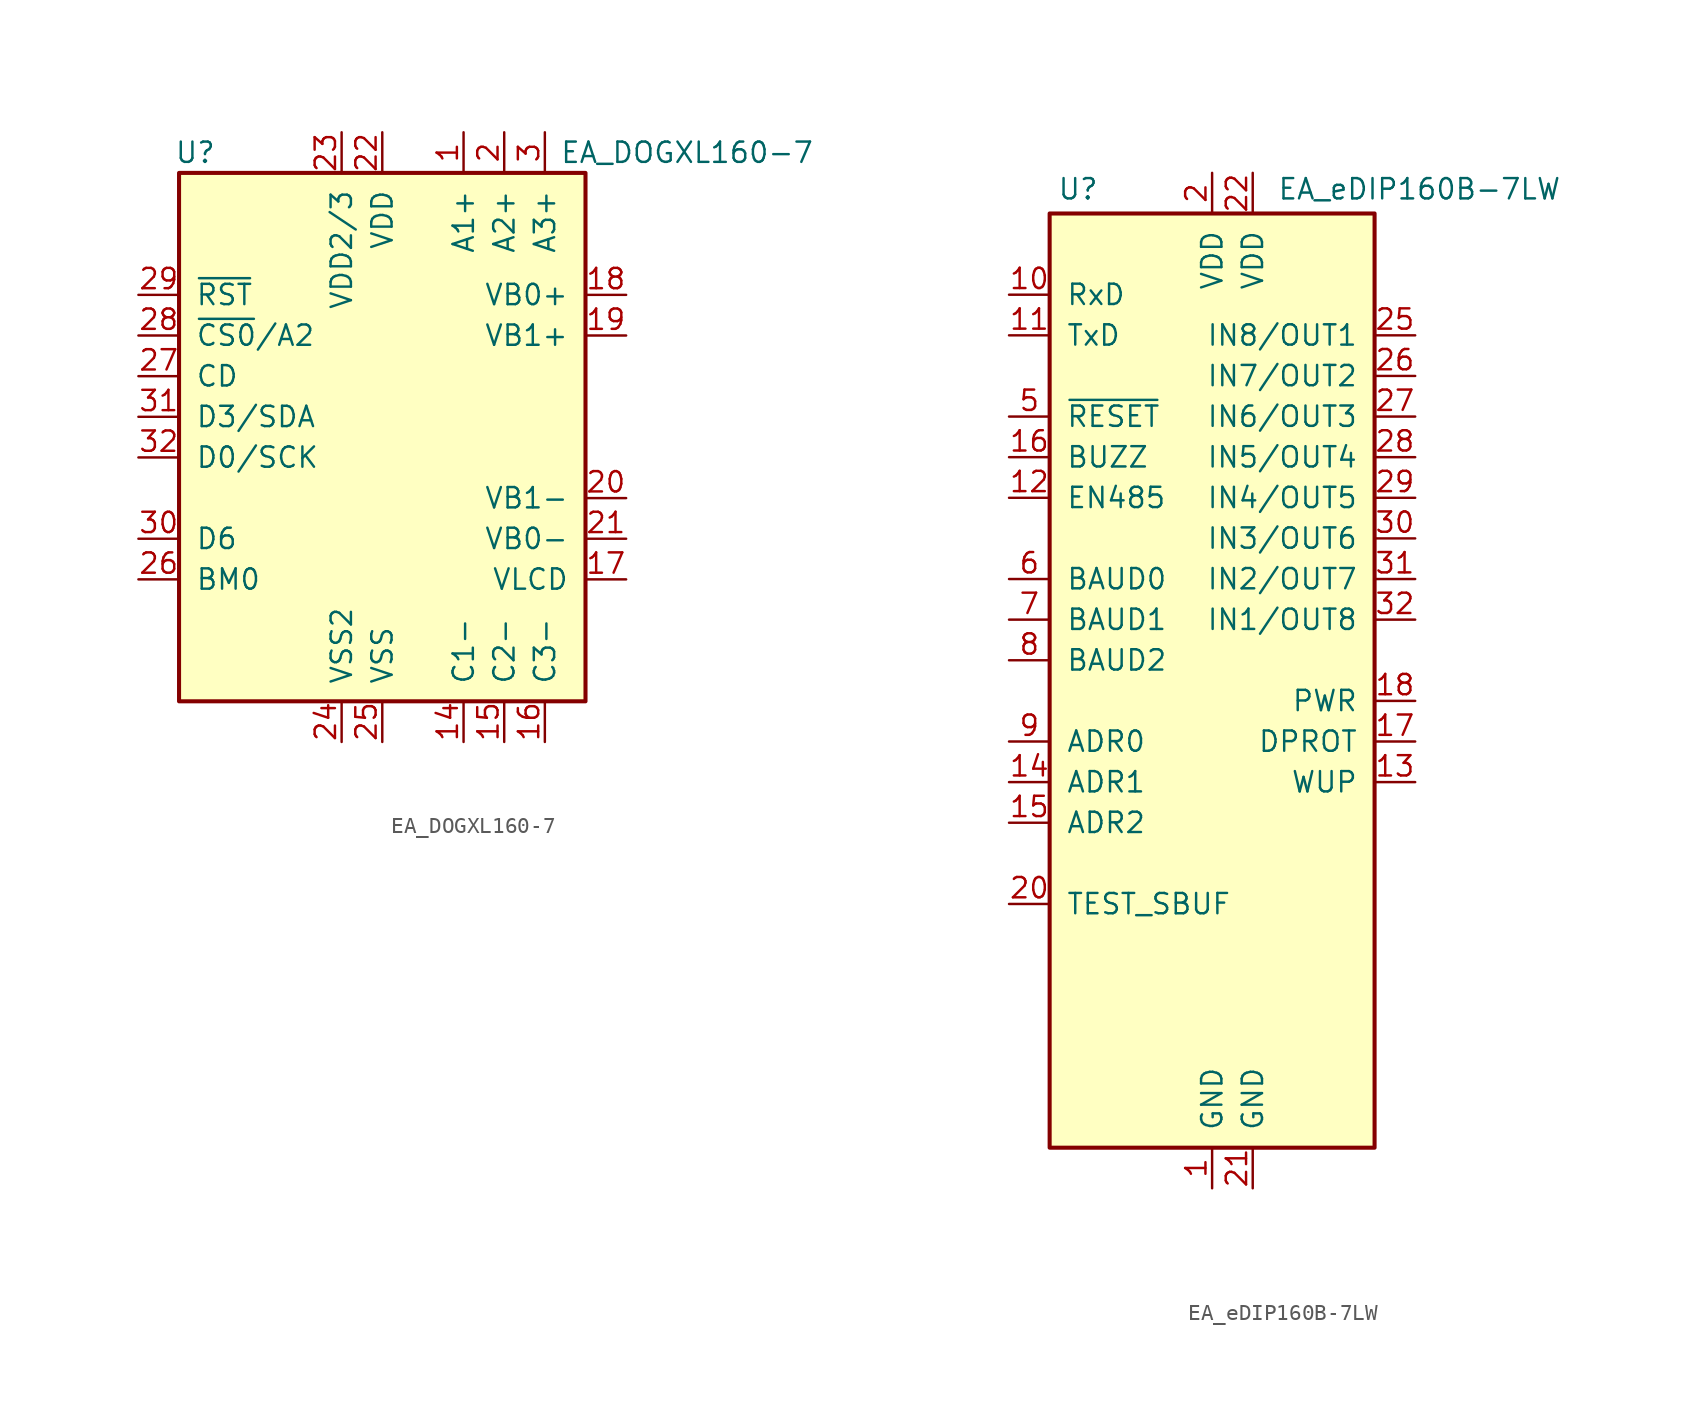
<source format=kicad_sym>
(kicad_symbol_lib
  (version 20220914)
  (generator kicad_symbol_editor)
  (symbol "EA_DOGXL160-7"
    (pin_names
      (offset 1.016))
    (property "Reference" "U"
      (at -11.684 16.51 0)
      (effects (font (size 1.27 1.27))))
    (property "Value" "EA_DOGXL160-7"
      (at 19.05 16.51 0)
      (effects (font (size 1.27 1.27))))
    (symbol "EA_DOGXL160-7_0_1"
      (rectangle (start -12.7 15.24) (end 12.7 -17.78) (stroke (width 0.254) (type default)) (fill (type background))))
    (symbol "EA_DOGXL160-7_1_1"
      (pin power_in line (at 5.08 17.78 270) (length 2.54) (name "A1+" (effects (font (size 1.27 1.27)))) (number "1" (effects (font (size 1.27 1.27)))))
      (pin power_in line (at 5.08 -20.32 90) (length 2.54) (name "C1-" (effects (font (size 1.27 1.27)))) (number "14" (effects (font (size 1.27 1.27)))))
      (pin power_in line (at 7.62 -20.32 90) (length 2.54) (name "C2-" (effects (font (size 1.27 1.27)))) (number "15" (effects (font (size 1.27 1.27)))))
      (pin power_in line (at 10.16 -20.32 90) (length 2.54) (name "C3-" (effects (font (size 1.27 1.27)))) (number "16" (effects (font (size 1.27 1.27)))))
      (pin passive line (at 15.24 -10.16 180) (length 2.54) (name "VLCD" (effects (font (size 1.27 1.27)))) (number "17" (effects (font (size 1.27 1.27)))))
      (pin passive line (at 15.24 7.62 180) (length 2.54) (name "VB0+" (effects (font (size 1.27 1.27)))) (number "18" (effects (font (size 1.27 1.27)))))
      (pin passive line (at 15.24 5.08 180) (length 2.54) (name "VB1+" (effects (font (size 1.27 1.27)))) (number "19" (effects (font (size 1.27 1.27)))))
      (pin power_in line (at 7.62 17.78 270) (length 2.54) (name "A2+" (effects (font (size 1.27 1.27)))) (number "2" (effects (font (size 1.27 1.27)))))
      (pin passive line (at 15.24 -5.08 180) (length 2.54) (name "VB1-" (effects (font (size 1.27 1.27)))) (number "20" (effects (font (size 1.27 1.27)))))
      (pin passive line (at 15.24 -7.62 180) (length 2.54) (name "VB0-" (effects (font (size 1.27 1.27)))) (number "21" (effects (font (size 1.27 1.27)))))
      (pin power_in line (at 0 17.78 270) (length 2.54) (name "VDD" (effects (font (size 1.27 1.27)))) (number "22" (effects (font (size 1.27 1.27)))))
      (pin power_in line (at -2.54 17.78 270) (length 2.54) (name "VDD2/3" (effects (font (size 1.27 1.27)))) (number "23" (effects (font (size 1.27 1.27)))))
      (pin power_in line (at -2.54 -20.32 90) (length 2.54) (name "VSS2" (effects (font (size 1.27 1.27)))) (number "24" (effects (font (size 1.27 1.27)))))
      (pin power_in line (at 0 -20.32 90) (length 2.54) (name "VSS" (effects (font (size 1.27 1.27)))) (number "25" (effects (font (size 1.27 1.27)))))
      (pin input line (at -15.24 -10.16 0) (length 2.54) (name "BM0" (effects (font (size 1.27 1.27)))) (number "26" (effects (font (size 1.27 1.27)))))
      (pin input line (at -15.24 2.54 0) (length 2.54) (name "CD" (effects (font (size 1.27 1.27)))) (number "27" (effects (font (size 1.27 1.27)))))
      (pin input line (at -15.24 5.08 0) (length 2.54) (name "~{CS0}/A2" (effects (font (size 1.27 1.27)))) (number "28" (effects (font (size 1.27 1.27)))))
      (pin input line (at -15.24 7.62 0) (length 2.54) (name "~{RST}" (effects (font (size 1.27 1.27)))) (number "29" (effects (font (size 1.27 1.27)))))
      (pin power_in line (at 10.16 17.78 270) (length 2.54) (name "A3+" (effects (font (size 1.27 1.27)))) (number "3" (effects (font (size 1.27 1.27)))))
      (pin input line (at -15.24 -7.62 0) (length 2.54) (name "D6" (effects (font (size 1.27 1.27)))) (number "30" (effects (font (size 1.27 1.27)))))
      (pin bidirectional line (at -15.24 0 0) (length 2.54) (name "D3/SDA" (effects (font (size 1.27 1.27)))) (number "31" (effects (font (size 1.27 1.27)))))
      (pin input line (at -15.24 -2.54 0) (length 2.54) (name "D0/SCK" (effects (font (size 1.27 1.27)))) (number "32" (effects (font (size 1.27 1.27)))))))
  (symbol "EA_eDIP160B-7LW"
    (pin_names
      (offset 1.016))
    (property "Reference" "U"
      (at -8.382 29.464 0)
      (effects (font (size 1.27 1.27))))
    (property "Value" "EA_eDIP160B-7LW"
      (at 4.064 29.464 0)
      (effects (font (size 1.27 1.27)) (justify left)))
    (symbol "EA_eDIP160B-7LW_0_1"
      (rectangle (start -10.16 27.94) (end 10.16 -30.48) (stroke (width 0.254) (type default)) (fill (type background))))
    (symbol "EA_eDIP160B-7LW_1_1"
      (pin power_in line (at 0 -33.02 90) (length 2.54) (name "GND" (effects (font (size 1.27 1.27)))) (number "1" (effects (font (size 1.27 1.27)))))
      (pin input line (at -12.7 22.86 0) (length 2.54) (name "RxD" (effects (font (size 1.27 1.27)))) (number "10" (effects (font (size 1.27 1.27)))))
      (pin output line (at -12.7 20.32 0) (length 2.54) (name "TxD" (effects (font (size 1.27 1.27)))) (number "11" (effects (font (size 1.27 1.27)))))
      (pin output line (at -12.7 10.16 0) (length 2.54) (name "EN485" (effects (font (size 1.27 1.27)))) (number "12" (effects (font (size 1.27 1.27)))))
      (pin input line (at 12.7 -7.62 180) (length 2.54) (name "WUP" (effects (font (size 1.27 1.27)))) (number "13" (effects (font (size 1.27 1.27)))))
      (pin input line (at -12.7 -7.62 0) (length 2.54) (name "ADR1" (effects (font (size 1.27 1.27)))) (number "14" (effects (font (size 1.27 1.27)))))
      (pin input line (at -12.7 -10.16 0) (length 2.54) (name "ADR2" (effects (font (size 1.27 1.27)))) (number "15" (effects (font (size 1.27 1.27)))))
      (pin output line (at -12.7 12.7 0) (length 2.54) (name "BUZZ" (effects (font (size 1.27 1.27)))) (number "16" (effects (font (size 1.27 1.27)))))
      (pin input line (at 12.7 -5.08 180) (length 2.54) (name "DPROT" (effects (font (size 1.27 1.27)))) (number "17" (effects (font (size 1.27 1.27)))))
      (pin output line (at 12.7 -2.54 180) (length 2.54) (name "PWR" (effects (font (size 1.27 1.27)))) (number "18" (effects (font (size 1.27 1.27)))))
      (pin no_connect line (at -10.16 -22.86 0) (length 2.54) hide (name "NC" (effects (font (size 1.27 1.27)))) (number "19" (effects (font (size 1.27 1.27)))))
      (pin power_in line (at 0 30.48 270) (length 2.54) (name "VDD" (effects (font (size 1.27 1.27)))) (number "2" (effects (font (size 1.27 1.27)))))
      (pin open_collector line (at -12.7 -15.24 0) (length 2.54) (name "TEST_SBUF" (effects (font (size 1.27 1.27)))) (number "20" (effects (font (size 1.27 1.27)))))
      (pin power_in line (at 2.54 -33.02 90) (length 2.54) (name "GND" (effects (font (size 1.27 1.27)))) (number "21" (effects (font (size 1.27 1.27)))))
      (pin power_in line (at 2.54 30.48 270) (length 2.54) (name "VDD" (effects (font (size 1.27 1.27)))) (number "22" (effects (font (size 1.27 1.27)))))
      (pin no_connect line (at -10.16 -25.4 0) (length 2.54) hide (name "NC" (effects (font (size 1.27 1.27)))) (number "23" (effects (font (size 1.27 1.27)))))
      (pin no_connect line (at -10.16 -27.94 0) (length 2.54) hide (name "NC" (effects (font (size 1.27 1.27)))) (number "24" (effects (font (size 1.27 1.27)))))
      (pin bidirectional line (at 12.7 20.32 180) (length 2.54) (name "IN8/OUT1" (effects (font (size 1.27 1.27)))) (number "25" (effects (font (size 1.27 1.27)))))
      (pin bidirectional line (at 12.7 17.78 180) (length 2.54) (name "IN7/OUT2" (effects (font (size 1.27 1.27)))) (number "26" (effects (font (size 1.27 1.27)))))
      (pin bidirectional line (at 12.7 15.24 180) (length 2.54) (name "IN6/OUT3" (effects (font (size 1.27 1.27)))) (number "27" (effects (font (size 1.27 1.27)))))
      (pin bidirectional line (at 12.7 12.7 180) (length 2.54) (name "IN5/OUT4" (effects (font (size 1.27 1.27)))) (number "28" (effects (font (size 1.27 1.27)))))
      (pin bidirectional line (at 12.7 10.16 180) (length 2.54) (name "IN4/OUT5" (effects (font (size 1.27 1.27)))) (number "29" (effects (font (size 1.27 1.27)))))
      (pin no_connect line (at -10.16 -17.78 0) (length 2.54) hide (name "NC" (effects (font (size 1.27 1.27)))) (number "3" (effects (font (size 1.27 1.27)))))
      (pin bidirectional line (at 12.7 7.62 180) (length 2.54) (name "IN3/OUT6" (effects (font (size 1.27 1.27)))) (number "30" (effects (font (size 1.27 1.27)))))
      (pin bidirectional line (at 12.7 5.08 180) (length 2.54) (name "IN2/OUT7" (effects (font (size 1.27 1.27)))) (number "31" (effects (font (size 1.27 1.27)))))
      (pin bidirectional line (at 12.7 2.54 180) (length 2.54) (name "IN1/OUT8" (effects (font (size 1.27 1.27)))) (number "32" (effects (font (size 1.27 1.27)))))
      (pin no_connect line (at 10.16 -10.16 180) (length 2.54) hide (name "NC" (effects (font (size 1.27 1.27)))) (number "33" (effects (font (size 1.27 1.27)))))
      (pin no_connect line (at 10.16 -12.7 180) (length 2.54) hide (name "NC" (effects (font (size 1.27 1.27)))) (number "34" (effects (font (size 1.27 1.27)))))
      (pin no_connect line (at 10.16 -15.24 180) (length 2.54) hide (name "NC" (effects (font (size 1.27 1.27)))) (number "35" (effects (font (size 1.27 1.27)))))
      (pin no_connect line (at 10.16 -17.78 180) (length 2.54) hide (name "NC" (effects (font (size 1.27 1.27)))) (number "36" (effects (font (size 1.27 1.27)))))
      (pin no_connect line (at 10.16 -20.32 180) (length 2.54) hide (name "NC" (effects (font (size 1.27 1.27)))) (number "37" (effects (font (size 1.27 1.27)))))
      (pin no_connect line (at 10.16 -22.86 180) (length 2.54) hide (name "NC" (effects (font (size 1.27 1.27)))) (number "38" (effects (font (size 1.27 1.27)))))
      (pin no_connect line (at 10.16 -25.4 180) (length 2.54) hide (name "NC" (effects (font (size 1.27 1.27)))) (number "39" (effects (font (size 1.27 1.27)))))
      (pin no_connect line (at -10.16 -20.32 0) (length 2.54) hide (name "NC" (effects (font (size 1.27 1.27)))) (number "4" (effects (font (size 1.27 1.27)))))
      (pin no_connect line (at 10.16 -27.94 180) (length 2.54) hide (name "NC" (effects (font (size 1.27 1.27)))) (number "40" (effects (font (size 1.27 1.27)))))
      (pin input line (at -12.7 15.24 0) (length 2.54) (name "~{RESET}" (effects (font (size 1.27 1.27)))) (number "5" (effects (font (size 1.27 1.27)))))
      (pin input line (at -12.7 5.08 0) (length 2.54) (name "BAUD0" (effects (font (size 1.27 1.27)))) (number "6" (effects (font (size 1.27 1.27)))))
      (pin input line (at -12.7 2.54 0) (length 2.54) (name "BAUD1" (effects (font (size 1.27 1.27)))) (number "7" (effects (font (size 1.27 1.27)))))
      (pin input line (at -12.7 0 0) (length 2.54) (name "BAUD2" (effects (font (size 1.27 1.27)))) (number "8" (effects (font (size 1.27 1.27)))))
      (pin input line (at -12.7 -5.08 0) (length 2.54) (name "ADR0" (effects (font (size 1.27 1.27)))) (number "9" (effects (font (size 1.27 1.27))))))))
</source>
